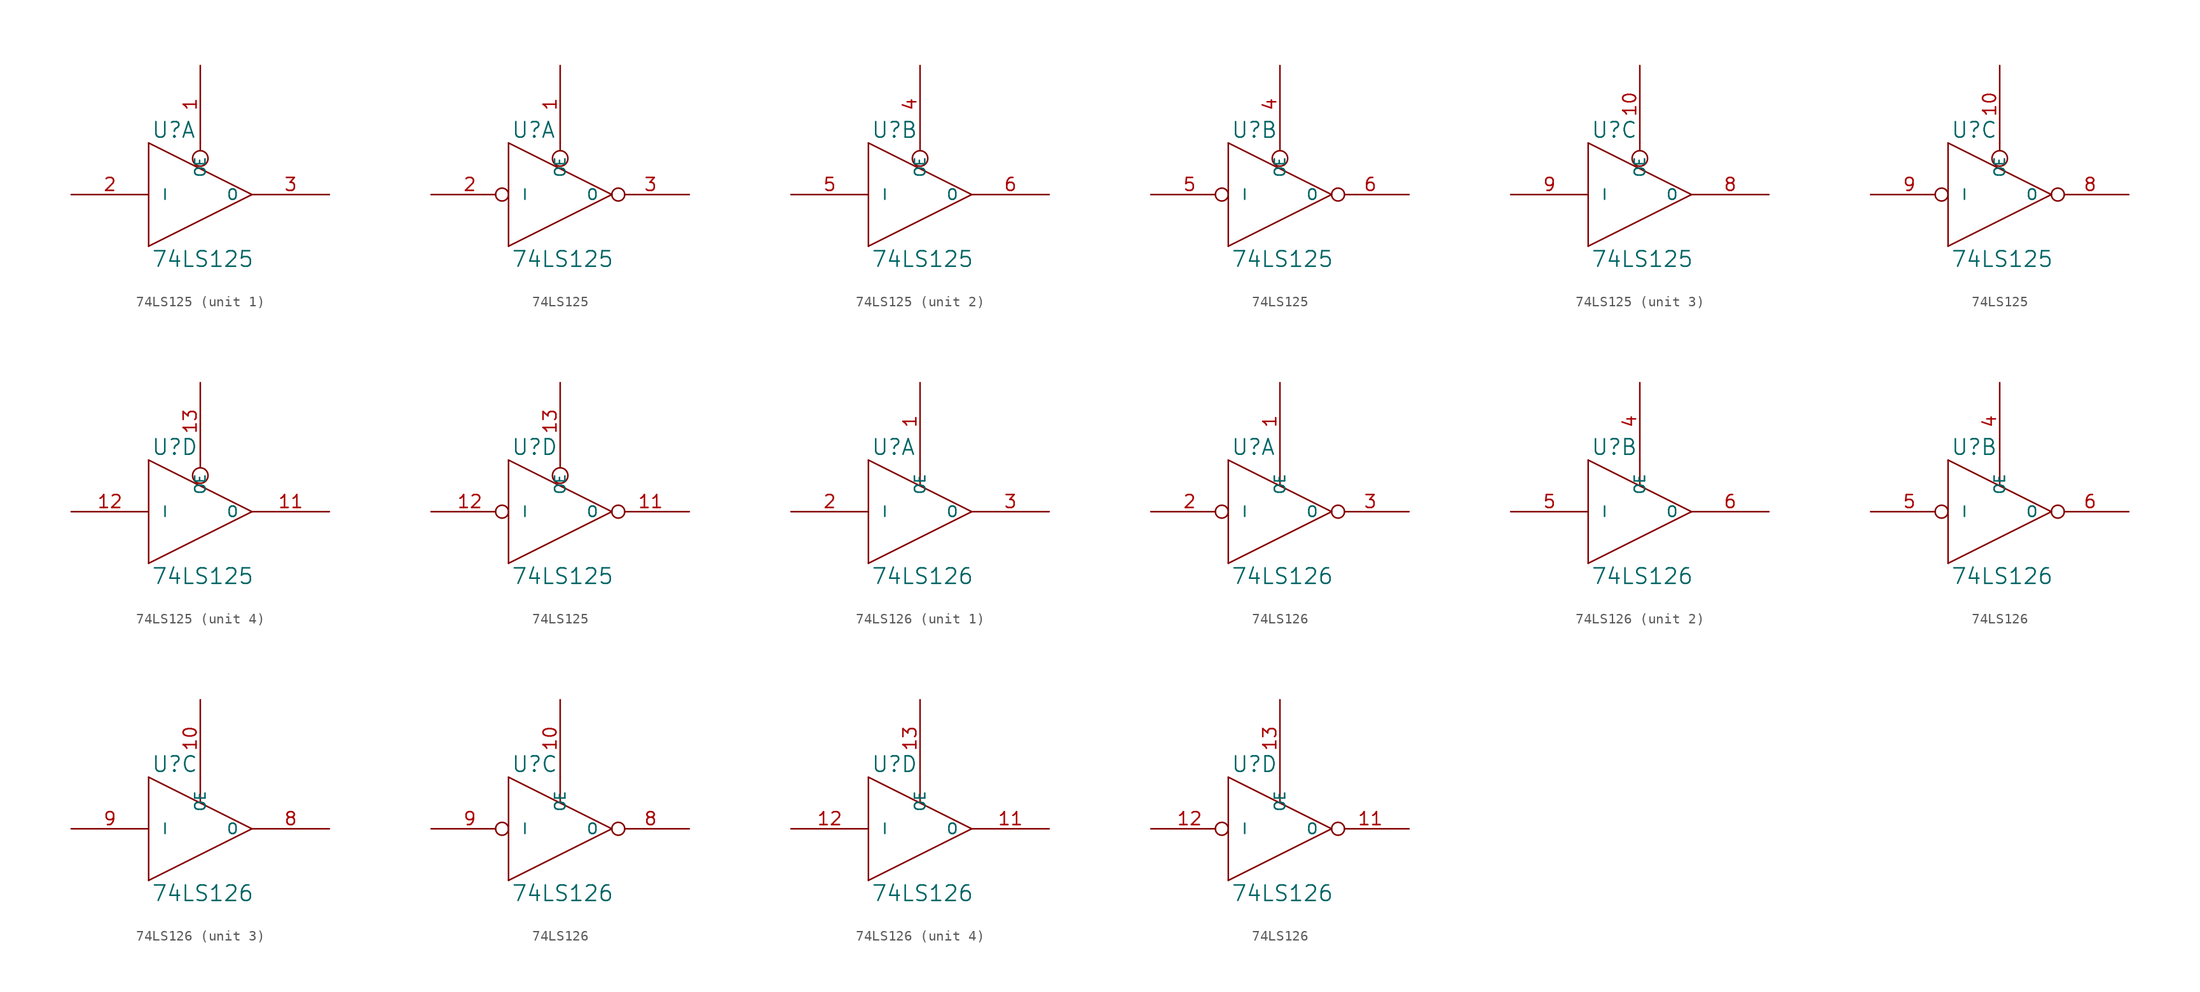
<source format=kicad_sym>
(kicad_symbol_lib
  (version 20231120)
  (generator "kicad_symbol_editor")
  (generator_version "8.0")
  (symbol "74LS125"
    (pin_names
      (offset 1.27))
    (property "Reference" "U"
      (at 0.254 0.381 0)
      (effects (font (size 1.524 1.524)) (justify left bottom)))
    (property "Value" "74LS125"
      (at 0.254 -10.541 0)
      (effects (font (size 1.524 1.524)) (justify left top)))
    (symbol "74LS125_0_1"
      (polyline (pts (xy 0 -10.16) (xy 0 0)) (stroke (width 0) (type solid)) (fill (type none)))
      (polyline (pts (xy 0 0) (xy 10.16 -5.08)) (stroke (width 0) (type solid)) (fill (type none)))
      (polyline (pts (xy 5.08 -0.762) (xy 5.08 0)) (stroke (width 0) (type solid)) (fill (type none)))
      (polyline (pts (xy 10.16 -5.08) (xy 0 -10.16)) (stroke (width 0) (type solid)) (fill (type none)))
      (circle (center 5.08 -1.524) (radius 0.762) (stroke (width 0) (type solid)) (fill (type none))))
    (symbol "74LS125_0_2"
      (polyline (pts (xy 0 -10.16) (xy 0 0)) (stroke (width 0) (type solid)) (fill (type none)))
      (polyline (pts (xy 0 0) (xy 10.16 -5.08)) (stroke (width 0) (type solid)) (fill (type none)))
      (polyline (pts (xy 5.08 -0.762) (xy 5.08 0)) (stroke (width 0) (type solid)) (fill (type none)))
      (polyline (pts (xy 10.16 -5.08) (xy 0 -10.16)) (stroke (width 0) (type solid)) (fill (type none)))
      (circle (center 5.08 -1.524) (radius 0.762) (stroke (width 0) (type solid)) (fill (type none))))
    (symbol "74LS125_1_1"
      (pin input line (at 5.08 7.62 270) (length 7.62) (name "OE" (effects (font (size 1.016 1.016)))) (number "1" (effects (font (size 1.27 1.27)))))
      (pin power_in line (at 0 0 270) (length 0) hide (name "VCC" (effects (font (size 1.016 1.016)))) (number "14" (effects (font (size 1.27 1.27)))))
      (pin input line (at -7.62 -5.08 0) (length 7.62) (name "I" (effects (font (size 1.016 1.016)))) (number "2" (effects (font (size 1.27 1.27)))))
      (pin tri_state line (at 17.78 -5.08 180) (length 7.62) (name "O" (effects (font (size 1.016 1.016)))) (number "3" (effects (font (size 1.27 1.27)))))
      (pin power_in line (at 0 -10.16 90) (length 0) hide (name "GND" (effects (font (size 1.016 1.016)))) (number "7" (effects (font (size 1.27 1.27))))))
    (symbol "74LS125_1_2"
      (pin input line (at 5.08 7.62 270) (length 7.62) (name "OE" (effects (font (size 1.016 1.016)))) (number "1" (effects (font (size 1.27 1.27)))))
      (pin power_in line (at 0 0 270) (length 0) hide (name "VCC" (effects (font (size 1.016 1.016)))) (number "14" (effects (font (size 1.27 1.27)))))
      (pin input inverted (at -7.62 -5.08 0) (length 7.62) (name "I" (effects (font (size 1.016 1.016)))) (number "2" (effects (font (size 1.27 1.27)))))
      (pin tri_state inverted (at 17.78 -5.08 180) (length 7.62) (name "O" (effects (font (size 1.016 1.016)))) (number "3" (effects (font (size 1.27 1.27)))))
      (pin power_in line (at 0 -10.16 90) (length 0) hide (name "GND" (effects (font (size 1.016 1.016)))) (number "7" (effects (font (size 1.27 1.27))))))
    (symbol "74LS125_2_1"
      (pin power_in line (at 0 0 270) (length 0) hide (name "VCC" (effects (font (size 1.016 1.016)))) (number "14" (effects (font (size 1.27 1.27)))))
      (pin input line (at 5.08 7.62 270) (length 7.62) (name "OE" (effects (font (size 1.016 1.016)))) (number "4" (effects (font (size 1.27 1.27)))))
      (pin input line (at -7.62 -5.08 0) (length 7.62) (name "I" (effects (font (size 1.016 1.016)))) (number "5" (effects (font (size 1.27 1.27)))))
      (pin tri_state line (at 17.78 -5.08 180) (length 7.62) (name "O" (effects (font (size 1.016 1.016)))) (number "6" (effects (font (size 1.27 1.27)))))
      (pin power_in line (at 0 -10.16 90) (length 0) hide (name "GND" (effects (font (size 1.016 1.016)))) (number "7" (effects (font (size 1.27 1.27))))))
    (symbol "74LS125_2_2"
      (pin power_in line (at 0 0 270) (length 0) hide (name "VCC" (effects (font (size 1.016 1.016)))) (number "14" (effects (font (size 1.27 1.27)))))
      (pin input line (at 5.08 7.62 270) (length 7.62) (name "OE" (effects (font (size 1.016 1.016)))) (number "4" (effects (font (size 1.27 1.27)))))
      (pin input inverted (at -7.62 -5.08 0) (length 7.62) (name "I" (effects (font (size 1.016 1.016)))) (number "5" (effects (font (size 1.27 1.27)))))
      (pin tri_state inverted (at 17.78 -5.08 180) (length 7.62) (name "O" (effects (font (size 1.016 1.016)))) (number "6" (effects (font (size 1.27 1.27)))))
      (pin power_in line (at 0 -10.16 90) (length 0) hide (name "GND" (effects (font (size 1.016 1.016)))) (number "7" (effects (font (size 1.27 1.27))))))
    (symbol "74LS125_3_1"
      (pin input line (at 5.08 7.62 270) (length 7.62) (name "OE" (effects (font (size 1.016 1.016)))) (number "10" (effects (font (size 1.27 1.27)))))
      (pin power_in line (at 0 0 270) (length 0) hide (name "VCC" (effects (font (size 1.016 1.016)))) (number "14" (effects (font (size 1.27 1.27)))))
      (pin power_in line (at 0 -10.16 90) (length 0) hide (name "GND" (effects (font (size 1.016 1.016)))) (number "7" (effects (font (size 1.27 1.27)))))
      (pin tri_state line (at 17.78 -5.08 180) (length 7.62) (name "O" (effects (font (size 1.016 1.016)))) (number "8" (effects (font (size 1.27 1.27)))))
      (pin input line (at -7.62 -5.08 0) (length 7.62) (name "I" (effects (font (size 1.016 1.016)))) (number "9" (effects (font (size 1.27 1.27))))))
    (symbol "74LS125_3_2"
      (pin input line (at 5.08 7.62 270) (length 7.62) (name "OE" (effects (font (size 1.016 1.016)))) (number "10" (effects (font (size 1.27 1.27)))))
      (pin power_in line (at 0 0 270) (length 0) hide (name "VCC" (effects (font (size 1.016 1.016)))) (number "14" (effects (font (size 1.27 1.27)))))
      (pin power_in line (at 0 -10.16 90) (length 0) hide (name "GND" (effects (font (size 1.016 1.016)))) (number "7" (effects (font (size 1.27 1.27)))))
      (pin tri_state inverted (at 17.78 -5.08 180) (length 7.62) (name "O" (effects (font (size 1.016 1.016)))) (number "8" (effects (font (size 1.27 1.27)))))
      (pin input inverted (at -7.62 -5.08 0) (length 7.62) (name "I" (effects (font (size 1.016 1.016)))) (number "9" (effects (font (size 1.27 1.27))))))
    (symbol "74LS125_4_1"
      (pin tri_state line (at 17.78 -5.08 180) (length 7.62) (name "O" (effects (font (size 1.016 1.016)))) (number "11" (effects (font (size 1.27 1.27)))))
      (pin input line (at -7.62 -5.08 0) (length 7.62) (name "I" (effects (font (size 1.016 1.016)))) (number "12" (effects (font (size 1.27 1.27)))))
      (pin input line (at 5.08 7.62 270) (length 7.62) (name "OE" (effects (font (size 1.016 1.016)))) (number "13" (effects (font (size 1.27 1.27)))))
      (pin power_in line (at 0 0 270) (length 0) hide (name "VCC" (effects (font (size 1.016 1.016)))) (number "14" (effects (font (size 1.27 1.27)))))
      (pin power_in line (at 0 -10.16 90) (length 0) hide (name "GND" (effects (font (size 1.016 1.016)))) (number "7" (effects (font (size 1.27 1.27))))))
    (symbol "74LS125_4_2"
      (pin tri_state inverted (at 17.78 -5.08 180) (length 7.62) (name "O" (effects (font (size 1.016 1.016)))) (number "11" (effects (font (size 1.27 1.27)))))
      (pin input inverted (at -7.62 -5.08 0) (length 7.62) (name "I" (effects (font (size 1.016 1.016)))) (number "12" (effects (font (size 1.27 1.27)))))
      (pin input line (at 5.08 7.62 270) (length 7.62) (name "OE" (effects (font (size 1.016 1.016)))) (number "13" (effects (font (size 1.27 1.27)))))
      (pin power_in line (at 0 0 270) (length 0) hide (name "VCC" (effects (font (size 1.016 1.016)))) (number "14" (effects (font (size 1.27 1.27)))))
      (pin power_in line (at 0 -10.16 90) (length 0) hide (name "GND" (effects (font (size 1.016 1.016)))) (number "7" (effects (font (size 1.27 1.27)))))))
  (symbol "74LS126"
    (pin_names
      (offset 1.27))
    (property "Reference" "U"
      (at 0.254 0.381 0)
      (effects (font (size 1.524 1.524)) (justify left bottom)))
    (property "Value" "74LS126"
      (at 0.254 -10.541 0)
      (effects (font (size 1.524 1.524)) (justify left top)))
    (symbol "74LS126_0_1"
      (polyline (pts (xy 0 -10.16) (xy 0 0)) (stroke (width 0) (type solid)) (fill (type none)))
      (polyline (pts (xy 0 0) (xy 10.16 -5.08)) (stroke (width 0) (type solid)) (fill (type none)))
      (polyline (pts (xy 5.08 0) (xy 5.08 -2.54)) (stroke (width 0) (type solid)) (fill (type none)))
      (polyline (pts (xy 10.16 -5.08) (xy 0 -10.16)) (stroke (width 0) (type solid)) (fill (type none))))
    (symbol "74LS126_0_2"
      (polyline (pts (xy 0 -10.16) (xy 0 0)) (stroke (width 0) (type solid)) (fill (type none)))
      (polyline (pts (xy 0 0) (xy 10.16 -5.08)) (stroke (width 0) (type solid)) (fill (type none)))
      (polyline (pts (xy 5.08 0) (xy 5.08 -2.54)) (stroke (width 0) (type solid)) (fill (type none)))
      (polyline (pts (xy 10.16 -5.08) (xy 0 -10.16)) (stroke (width 0) (type solid)) (fill (type none))))
    (symbol "74LS126_1_1"
      (pin input line (at 5.08 7.62 270) (length 7.62) (name "OE" (effects (font (size 1.016 1.016)))) (number "1" (effects (font (size 1.27 1.27)))))
      (pin power_in line (at 0 0 270) (length 0) hide (name "VCC" (effects (font (size 1.016 1.016)))) (number "14" (effects (font (size 1.27 1.27)))))
      (pin input line (at -7.62 -5.08 0) (length 7.62) (name "I" (effects (font (size 1.016 1.016)))) (number "2" (effects (font (size 1.27 1.27)))))
      (pin tri_state line (at 17.78 -5.08 180) (length 7.62) (name "O" (effects (font (size 1.016 1.016)))) (number "3" (effects (font (size 1.27 1.27)))))
      (pin power_in line (at 0 -10.16 90) (length 0) hide (name "GND" (effects (font (size 1.016 1.016)))) (number "7" (effects (font (size 1.27 1.27))))))
    (symbol "74LS126_1_2"
      (pin input line (at 5.08 7.62 270) (length 7.62) (name "OE" (effects (font (size 1.016 1.016)))) (number "1" (effects (font (size 1.27 1.27)))))
      (pin power_in line (at 0 0 270) (length 0) hide (name "VCC" (effects (font (size 1.016 1.016)))) (number "14" (effects (font (size 1.27 1.27)))))
      (pin input inverted (at -7.62 -5.08 0) (length 7.62) (name "I" (effects (font (size 1.016 1.016)))) (number "2" (effects (font (size 1.27 1.27)))))
      (pin tri_state inverted (at 17.78 -5.08 180) (length 7.62) (name "O" (effects (font (size 1.016 1.016)))) (number "3" (effects (font (size 1.27 1.27)))))
      (pin power_in line (at 0 -10.16 90) (length 0) hide (name "GND" (effects (font (size 1.016 1.016)))) (number "7" (effects (font (size 1.27 1.27))))))
    (symbol "74LS126_2_1"
      (pin power_in line (at 0 0 270) (length 0) hide (name "VCC" (effects (font (size 1.016 1.016)))) (number "14" (effects (font (size 1.27 1.27)))))
      (pin input line (at 5.08 7.62 270) (length 7.62) (name "OE" (effects (font (size 1.016 1.016)))) (number "4" (effects (font (size 1.27 1.27)))))
      (pin input line (at -7.62 -5.08 0) (length 7.62) (name "I" (effects (font (size 1.016 1.016)))) (number "5" (effects (font (size 1.27 1.27)))))
      (pin tri_state line (at 17.78 -5.08 180) (length 7.62) (name "O" (effects (font (size 1.016 1.016)))) (number "6" (effects (font (size 1.27 1.27)))))
      (pin power_in line (at 0 -10.16 90) (length 0) hide (name "GND" (effects (font (size 1.016 1.016)))) (number "7" (effects (font (size 1.27 1.27))))))
    (symbol "74LS126_2_2"
      (pin power_in line (at 0 0 270) (length 0) hide (name "VCC" (effects (font (size 1.016 1.016)))) (number "14" (effects (font (size 1.27 1.27)))))
      (pin input line (at 5.08 7.62 270) (length 7.62) (name "OE" (effects (font (size 1.016 1.016)))) (number "4" (effects (font (size 1.27 1.27)))))
      (pin input inverted (at -7.62 -5.08 0) (length 7.62) (name "I" (effects (font (size 1.016 1.016)))) (number "5" (effects (font (size 1.27 1.27)))))
      (pin tri_state inverted (at 17.78 -5.08 180) (length 7.62) (name "O" (effects (font (size 1.016 1.016)))) (number "6" (effects (font (size 1.27 1.27)))))
      (pin power_in line (at 0 -10.16 90) (length 0) hide (name "GND" (effects (font (size 1.016 1.016)))) (number "7" (effects (font (size 1.27 1.27))))))
    (symbol "74LS126_3_1"
      (pin input line (at 5.08 7.62 270) (length 7.62) (name "OE" (effects (font (size 1.016 1.016)))) (number "10" (effects (font (size 1.27 1.27)))))
      (pin power_in line (at 0 0 270) (length 0) hide (name "VCC" (effects (font (size 1.016 1.016)))) (number "14" (effects (font (size 1.27 1.27)))))
      (pin power_in line (at 0 -10.16 90) (length 0) hide (name "GND" (effects (font (size 1.016 1.016)))) (number "7" (effects (font (size 1.27 1.27)))))
      (pin tri_state line (at 17.78 -5.08 180) (length 7.62) (name "O" (effects (font (size 1.016 1.016)))) (number "8" (effects (font (size 1.27 1.27)))))
      (pin input line (at -7.62 -5.08 0) (length 7.62) (name "I" (effects (font (size 1.016 1.016)))) (number "9" (effects (font (size 1.27 1.27))))))
    (symbol "74LS126_3_2"
      (pin input line (at 5.08 7.62 270) (length 7.62) (name "OE" (effects (font (size 1.016 1.016)))) (number "10" (effects (font (size 1.27 1.27)))))
      (pin power_in line (at 0 0 270) (length 0) hide (name "VCC" (effects (font (size 1.016 1.016)))) (number "14" (effects (font (size 1.27 1.27)))))
      (pin power_in line (at 0 -10.16 90) (length 0) hide (name "GND" (effects (font (size 1.016 1.016)))) (number "7" (effects (font (size 1.27 1.27)))))
      (pin tri_state inverted (at 17.78 -5.08 180) (length 7.62) (name "O" (effects (font (size 1.016 1.016)))) (number "8" (effects (font (size 1.27 1.27)))))
      (pin input inverted (at -7.62 -5.08 0) (length 7.62) (name "I" (effects (font (size 1.016 1.016)))) (number "9" (effects (font (size 1.27 1.27))))))
    (symbol "74LS126_4_1"
      (pin tri_state line (at 17.78 -5.08 180) (length 7.62) (name "O" (effects (font (size 1.016 1.016)))) (number "11" (effects (font (size 1.27 1.27)))))
      (pin input line (at -7.62 -5.08 0) (length 7.62) (name "I" (effects (font (size 1.016 1.016)))) (number "12" (effects (font (size 1.27 1.27)))))
      (pin input line (at 5.08 7.62 270) (length 7.62) (name "OE" (effects (font (size 1.016 1.016)))) (number "13" (effects (font (size 1.27 1.27)))))
      (pin power_in line (at 0 0 270) (length 0) hide (name "VCC" (effects (font (size 1.016 1.016)))) (number "14" (effects (font (size 1.27 1.27)))))
      (pin power_in line (at 0 -10.16 90) (length 0) hide (name "GND" (effects (font (size 1.016 1.016)))) (number "7" (effects (font (size 1.27 1.27))))))
    (symbol "74LS126_4_2"
      (pin tri_state inverted (at 17.78 -5.08 180) (length 7.62) (name "O" (effects (font (size 1.016 1.016)))) (number "11" (effects (font (size 1.27 1.27)))))
      (pin input inverted (at -7.62 -5.08 0) (length 7.62) (name "I" (effects (font (size 1.016 1.016)))) (number "12" (effects (font (size 1.27 1.27)))))
      (pin input line (at 5.08 7.62 270) (length 7.62) (name "OE" (effects (font (size 1.016 1.016)))) (number "13" (effects (font (size 1.27 1.27)))))
      (pin power_in line (at 0 0 270) (length 0) hide (name "VCC" (effects (font (size 1.016 1.016)))) (number "14" (effects (font (size 1.27 1.27)))))
      (pin power_in line (at 0 -10.16 90) (length 0) hide (name "GND" (effects (font (size 1.016 1.016)))) (number "7" (effects (font (size 1.27 1.27))))))))
</source>
